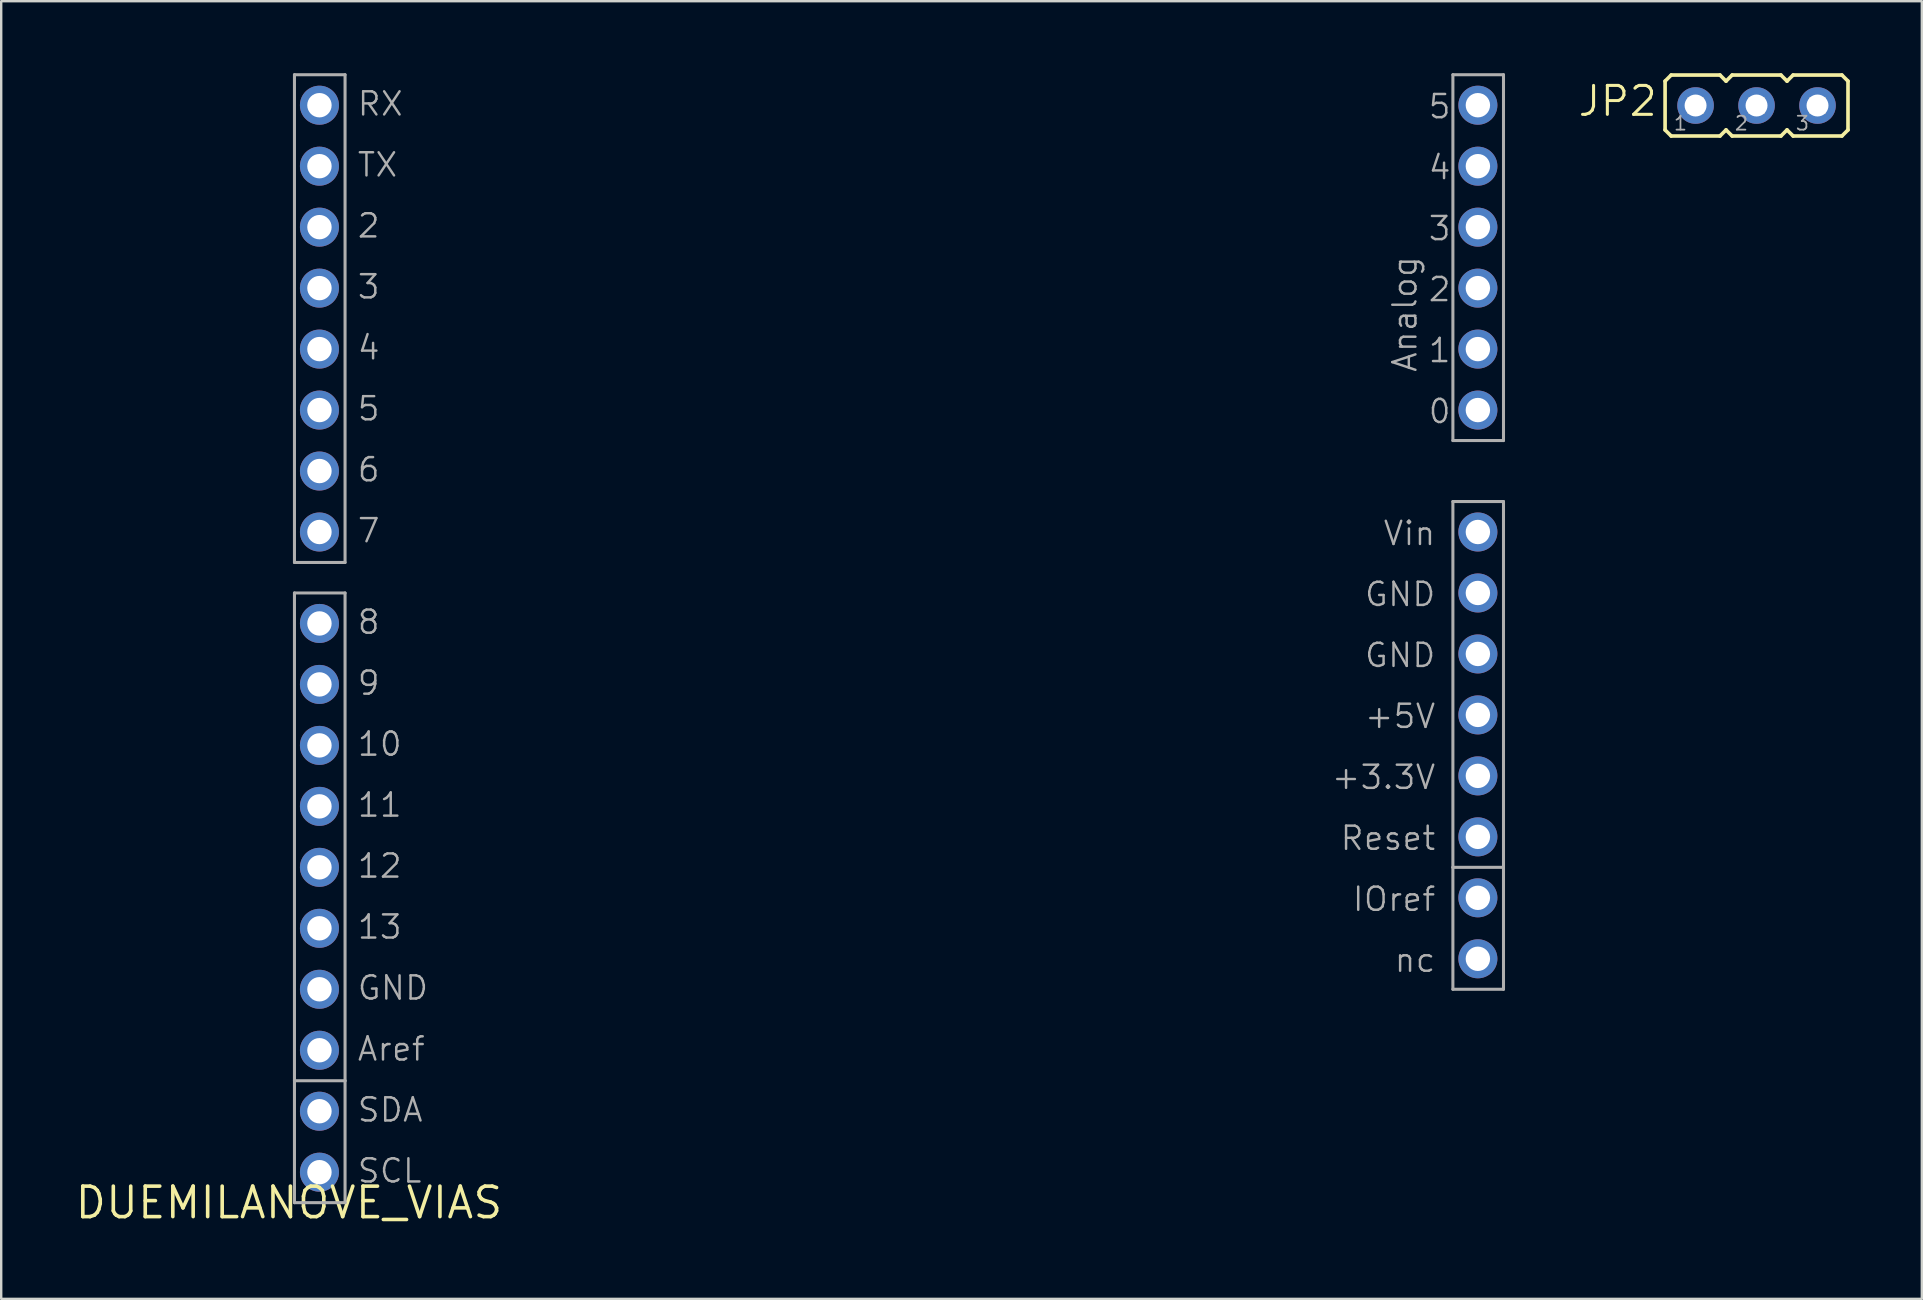
<source format=kicad_pcb>
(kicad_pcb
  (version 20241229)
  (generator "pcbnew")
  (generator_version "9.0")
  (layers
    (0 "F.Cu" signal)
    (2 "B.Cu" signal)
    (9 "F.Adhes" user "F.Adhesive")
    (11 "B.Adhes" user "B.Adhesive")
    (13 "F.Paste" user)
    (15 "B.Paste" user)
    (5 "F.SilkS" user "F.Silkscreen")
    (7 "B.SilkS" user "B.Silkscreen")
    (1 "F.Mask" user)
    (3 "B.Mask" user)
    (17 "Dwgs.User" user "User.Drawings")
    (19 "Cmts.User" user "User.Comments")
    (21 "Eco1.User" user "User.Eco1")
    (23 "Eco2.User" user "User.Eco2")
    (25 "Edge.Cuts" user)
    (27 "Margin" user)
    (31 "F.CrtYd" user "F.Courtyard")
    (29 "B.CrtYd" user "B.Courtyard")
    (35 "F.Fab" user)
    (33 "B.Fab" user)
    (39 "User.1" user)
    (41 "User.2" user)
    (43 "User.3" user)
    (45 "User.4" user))
  (footprint "JP2"
    (layer "F.Cu")
    (at 70.127 1.346)
    (property "Reference" "JP2" (at -4.064 -0.889 0) (layer "F.SilkS") (effects (font (size 1.206 1.206) (thickness 0.127)) (justify right top)))
    (attr through_hole)
    (fp_line (start -3.81 -1.016) (end -3.556 -1.27) (stroke (width 0.152) (type solid)) (layer "F.SilkS"))
    (fp_line (start -3.81 1.016) (end -3.81 -1.016) (stroke (width 0.152) (type solid)) (layer "F.SilkS"))
    (fp_line (start -3.81 1.016) (end -3.556 1.27) (stroke (width 0.152) (type solid)) (layer "F.SilkS"))
    (fp_line (start -1.524 -1.27) (end -3.556 -1.27) (stroke (width 0.152) (type solid)) (layer "F.SilkS"))
    (fp_line (start -1.524 -1.27) (end -1.27 -1.016) (stroke (width 0.152) (type solid)) (layer "F.SilkS"))
    (fp_line (start -1.524 1.27) (end -3.556 1.27) (stroke (width 0.152) (type solid)) (layer "F.SilkS"))
    (fp_line (start -1.524 1.27) (end -1.27 1.016) (stroke (width 0.152) (type solid)) (layer "F.SilkS"))
    (fp_line (start -1.27 -1.016) (end -1.016 -1.27) (stroke (width 0.152) (type solid)) (layer "F.SilkS"))
    (fp_line (start -1.27 1.016) (end -1.016 1.27) (stroke (width 0.152) (type solid)) (layer "F.SilkS"))
    (fp_line (start 1.016 -1.27) (end -1.016 -1.27) (stroke (width 0.152) (type solid)) (layer "F.SilkS"))
    (fp_line (start 1.016 -1.27) (end 1.27 -1.016) (stroke (width 0.152) (type solid)) (layer "F.SilkS"))
    (fp_line (start 1.016 1.27) (end -1.016 1.27) (stroke (width 0.152) (type solid)) (layer "F.SilkS"))
    (fp_line (start 1.016 1.27) (end 1.27 1.016) (stroke (width 0.152) (type solid)) (layer "F.SilkS"))
    (fp_line (start 1.27 -1.016) (end 1.524 -1.27) (stroke (width 0.152) (type solid)) (layer "F.SilkS"))
    (fp_line (start 1.27 1.016) (end 1.524 1.27) (stroke (width 0.152) (type solid)) (layer "F.SilkS"))
    (fp_line (start 3.556 -1.27) (end 1.524 -1.27) (stroke (width 0.152) (type solid)) (layer "F.SilkS"))
    (fp_line (start 3.556 -1.27) (end 3.81 -1.016) (stroke (width 0.152) (type solid)) (layer "F.SilkS"))
    (fp_line (start 3.556 1.27) (end 1.524 1.27) (stroke (width 0.152) (type solid)) (layer "F.SilkS"))
    (fp_line (start 3.556 1.27) (end 3.81 1.016) (stroke (width 0.152) (type solid)) (layer "F.SilkS"))
    (fp_line (start 3.81 -1.016) (end 3.81 1.016) (stroke (width 0.152) (type solid)) (layer "F.SilkS"))
    (fp_poly (pts (xy -2.845 0.305) (xy -2.235 0.305) (xy -2.235 -0.305) (xy -2.845 -0.305)) (stroke (width 0.1) (type solid)) (fill no) (layer "F.Fab"))
    (fp_poly (pts (xy -0.305 0.305) (xy 0.305 0.305) (xy 0.305 -0.305) (xy -0.305 -0.305)) (stroke (width 0.1) (type solid)) (fill no) (layer "F.Fab"))
    (fp_poly (pts (xy 2.235 0.305) (xy 2.845 0.305) (xy 2.845 -0.305) (xy 2.235 -0.305)) (stroke (width 0.1) (type solid)) (fill no) (layer "F.Fab"))
    (fp_text user "3" (at 1.587 1.079 0) (layer "F.Fab") (effects (font (size 0.579 0.579) (thickness 0.073)) (justify left bottom)))
    (fp_text user "1" (at -3.493 1.079 0) (layer "F.Fab") (effects (font (size 0.579 0.579) (thickness 0.073)) (justify left bottom)))
    (fp_text user "2" (at -0.953 1.079 0) (layer "F.Fab") (effects (font (size 0.579 0.579) (thickness 0.073)) (justify left bottom)))
    (pad "1" thru_hole circle (at -2.54 0 90) (size 1.524 1.524) (drill 0.914) (layers "*.Cu" "*.Mask"))
    (pad "2" thru_hole circle (at 0 0 90) (size 1.524 1.524) (drill 0.914) (layers "*.Cu" "*.Mask"))
    (pad "3" thru_hole circle (at 2.54 0 90) (size 1.524 1.524) (drill 0.914) (layers "*.Cu" "*.Mask")))
  (footprint "DUEMILANOVE_VIAS"
    (layer "F.Cu")
    (at 8.988 47.053)
    (property "Reference" "DUEMILANOVE_VIAS" (at 0 0 0) (layer "F.SilkS") (effects (font (size 1.27 1.27) (thickness 0.15))))
    (attr through_hole)
    (fp_line (start 0.229 -46.99) (end 2.337 -46.99) (stroke (width 0.127) (type solid)) (layer "F.Fab"))
    (fp_line (start 0.229 -26.67) (end 0.229 -46.99) (stroke (width 0.127) (type solid)) (layer "F.Fab"))
    (fp_line (start 0.229 -25.4) (end 2.337 -25.4) (stroke (width 0.127) (type solid)) (layer "F.Fab"))
    (fp_line (start 0.229 -5.08) (end 0.229 -25.4) (stroke (width 0.127) (type solid)) (layer "F.Fab"))
    (fp_line (start 0.229 0) (end 0.229 -5.08) (stroke (width 0.127) (type solid)) (layer "F.Fab"))
    (fp_line (start 2.337 -46.99) (end 2.337 -26.67) (stroke (width 0.127) (type solid)) (layer "F.Fab"))
    (fp_line (start 2.337 -26.67) (end 0.229 -26.67) (stroke (width 0.127) (type solid)) (layer "F.Fab"))
    (fp_line (start 2.337 -25.4) (end 2.337 -5.08) (stroke (width 0.127) (type solid)) (layer "F.Fab"))
    (fp_line (start 2.337 -5.08) (end 0.229 -5.08) (stroke (width 0.127) (type solid)) (layer "F.Fab"))
    (fp_line (start 2.337 -5.08) (end 2.337 0) (stroke (width 0.127) (type solid)) (layer "F.Fab"))
    (fp_line (start 2.337 0) (end 0.229 0) (stroke (width 0.127) (type solid)) (layer "F.Fab"))
    (fp_line (start 48.489 -46.99) (end 50.597 -46.99) (stroke (width 0.127) (type solid)) (layer "F.Fab"))
    (fp_line (start 48.489 -31.75) (end 48.489 -46.99) (stroke (width 0.127) (type solid)) (layer "F.Fab"))
    (fp_line (start 48.489 -29.21) (end 50.597 -29.21) (stroke (width 0.127) (type solid)) (layer "F.Fab"))
    (fp_line (start 48.489 -13.97) (end 48.489 -29.21) (stroke (width 0.127) (type solid)) (layer "F.Fab"))
    (fp_line (start 48.489 -8.89) (end 48.489 -13.97) (stroke (width 0.127) (type solid)) (layer "F.Fab"))
    (fp_line (start 50.597 -46.99) (end 50.597 -31.75) (stroke (width 0.127) (type solid)) (layer "F.Fab"))
    (fp_line (start 50.597 -31.75) (end 48.489 -31.75) (stroke (width 0.127) (type solid)) (layer "F.Fab"))
    (fp_line (start 50.597 -29.21) (end 50.597 -13.97) (stroke (width 0.127) (type solid)) (layer "F.Fab"))
    (fp_line (start 50.597 -13.97) (end 48.489 -13.97) (stroke (width 0.127) (type solid)) (layer "F.Fab"))
    (fp_line (start 50.597 -13.97) (end 50.597 -8.89) (stroke (width 0.127) (type solid)) (layer "F.Fab"))
    (fp_line (start 50.597 -8.89) (end 48.489 -8.89) (stroke (width 0.127) (type solid)) (layer "F.Fab"))
    (fp_text user "13" (at 2.794 -10.922 0) (layer "F.Fab") (effects (font (size 0.965 0.965) (thickness 0.102)) (justify left bottom)))
    (fp_text user "8" (at 2.794 -23.622 0) (layer "F.Fab") (effects (font (size 0.965 0.965) (thickness 0.102)) (justify left bottom)))
    (fp_text user "TX" (at 2.794 -42.672 0) (layer "F.Fab") (effects (font (size 0.965 0.965) (thickness 0.102)) (justify left bottom)))
    (fp_text user "Aref" (at 2.794 -5.842 0) (layer "F.Fab") (effects (font (size 0.965 0.965) (thickness 0.102)) (justify left bottom)))
    (fp_text user "7" (at 2.794 -27.432 0) (layer "F.Fab") (effects (font (size 0.965 0.965) (thickness 0.102)) (justify left bottom)))
    (fp_text user "+5V" (at 47.828 -20.828 0) (layer "F.Fab") (effects (font (size 0.965 0.965) (thickness 0.102)) (justify right top)))
    (fp_text user "+3.3V" (at 47.828 -18.288 0) (layer "F.Fab") (effects (font (size 0.965 0.965) (thickness 0.102)) (justify right top)))
    (fp_text user "4" (at 48.463 -43.688 0) (layer "F.Fab") (effects (font (size 0.965 0.965) (thickness 0.102)) (justify right top)))
    (fp_text user "5" (at 2.794 -32.512 0) (layer "F.Fab") (effects (font (size 0.965 0.965) (thickness 0.102)) (justify left bottom)))
    (fp_text user "SDA" (at 2.794 -3.302 0) (layer "F.Fab") (effects (font (size 0.965 0.965) (thickness 0.102)) (justify left bottom)))
    (fp_text user "GND" (at 47.828 -23.368 0) (layer "F.Fab") (effects (font (size 0.965 0.965) (thickness 0.102)) (justify right top)))
    (fp_text user "12" (at 2.794 -13.462 0) (layer "F.Fab") (effects (font (size 0.965 0.965) (thickness 0.102)) (justify left bottom)))
    (fp_text user "2" (at 2.794 -40.132 0) (layer "F.Fab") (effects (font (size 0.965 0.965) (thickness 0.102)) (justify left bottom)))
    (fp_text user "IOref" (at 47.828 -13.208 0) (layer "F.Fab") (effects (font (size 0.965 0.965) (thickness 0.102)) (justify right top)))
    (fp_text user "3" (at 2.794 -37.592 0) (layer "F.Fab") (effects (font (size 0.965 0.965) (thickness 0.102)) (justify left bottom)))
    (fp_text user "1" (at 48.463 -36.068 0) (layer "F.Fab") (effects (font (size 0.965 0.965) (thickness 0.102)) (justify right top)))
    (fp_text user "9" (at 2.794 -21.082 0) (layer "F.Fab") (effects (font (size 0.965 0.965) (thickness 0.102)) (justify left bottom)))
    (fp_text user "Analog" (at 45.923 -39.497 90) (layer "F.Fab") (effects (font (size 0.965 0.965) (thickness 0.102)) (justify right top)))
    (fp_text user "0" (at 48.463 -33.528 0) (layer "F.Fab") (effects (font (size 0.965 0.965) (thickness 0.102)) (justify right top)))
    (fp_text user "GND" (at 47.828 -25.908 0) (layer "F.Fab") (effects (font (size 0.965 0.965) (thickness 0.102)) (justify right top)))
    (fp_text user "10" (at 2.794 -18.542 0) (layer "F.Fab") (effects (font (size 0.965 0.965) (thickness 0.102)) (justify left bottom)))
    (fp_text user "nc" (at 47.828 -10.668 0) (layer "F.Fab") (effects (font (size 0.965 0.965) (thickness 0.102)) (justify right top)))
    (fp_text user "6" (at 2.794 -29.972 0) (layer "F.Fab") (effects (font (size 0.965 0.965) (thickness 0.102)) (justify left bottom)))
    (fp_text user "SCL" (at 2.794 -0.762 0) (layer "F.Fab") (effects (font (size 0.965 0.965) (thickness 0.102)) (justify left bottom)))
    (fp_text user "RX" (at 2.794 -45.212 0) (layer "F.Fab") (effects (font (size 0.965 0.965) (thickness 0.102)) (justify left bottom)))
    (fp_text user "2" (at 48.463 -38.608 0) (layer "F.Fab") (effects (font (size 0.965 0.965) (thickness 0.102)) (justify right top)))
    (fp_text user "Reset" (at 47.828 -15.748 0) (layer "F.Fab") (effects (font (size 0.965 0.965) (thickness 0.102)) (justify right top)))
    (fp_text user "5" (at 48.463 -46.228 0) (layer "F.Fab") (effects (font (size 0.965 0.965) (thickness 0.102)) (justify right top)))
    (fp_text user "4" (at 2.794 -35.052 0) (layer "F.Fab") (effects (font (size 0.965 0.965) (thickness 0.102)) (justify left bottom)))
    (fp_text user "GND" (at 2.794 -8.382 0) (layer "F.Fab") (effects (font (size 0.965 0.965) (thickness 0.102)) (justify left bottom)))
    (fp_text user "3" (at 48.463 -41.148 0) (layer "F.Fab") (effects (font (size 0.965 0.965) (thickness 0.102)) (justify right top)))
    (fp_text user "11" (at 2.794 -16.002 0) (layer "F.Fab") (effects (font (size 0.965 0.965) (thickness 0.102)) (justify left bottom)))
    (fp_text user "Vin" (at 47.828 -28.448 0) (layer "F.Fab") (effects (font (size 0.965 0.965) (thickness 0.102)) (justify right top)))
    (pad "3.3V" thru_hole circle (at 49.53 -17.78) (size 1.626 1.626) (drill 1.016) (layers "*.Cu" "*.Mask"))
    (pad "5V" thru_hole circle (at 49.53 -20.32) (size 1.626 1.626) (drill 1.016) (layers "*.Cu" "*.Mask"))
    (pad "A0" thru_hole circle (at 49.53 -33.02) (size 1.626 1.626) (drill 1.016) (layers "*.Cu" "*.Mask"))
    (pad "A1" thru_hole circle (at 49.53 -35.56) (size 1.626 1.626) (drill 1.016) (layers "*.Cu" "*.Mask"))
    (pad "A2" thru_hole circle (at 49.53 -38.1) (size 1.626 1.626) (drill 1.016) (layers "*.Cu" "*.Mask"))
    (pad "A3" thru_hole circle (at 49.53 -40.64) (size 1.626 1.626) (drill 1.016) (layers "*.Cu" "*.Mask"))
    (pad "A4" thru_hole circle (at 49.53 -43.18) (size 1.626 1.626) (drill 1.016) (layers "*.Cu" "*.Mask"))
    (pad "A5" thru_hole circle (at 49.53 -45.72) (size 1.626 1.626) (drill 1.016) (layers "*.Cu" "*.Mask"))
    (pad "AREF" thru_hole circle (at 1.27 -6.35) (size 1.626 1.626) (drill 1.016) (layers "*.Cu" "*.Mask"))
    (pad "D2" thru_hole circle (at 1.27 -40.64) (size 1.626 1.626) (drill 1.016) (layers "*.Cu" "*.Mask"))
    (pad "D3" thru_hole circle (at 1.27 -38.1) (size 1.626 1.626) (drill 1.016) (layers "*.Cu" "*.Mask"))
    (pad "D4" thru_hole circle (at 1.27 -35.56) (size 1.626 1.626) (drill 1.016) (layers "*.Cu" "*.Mask"))
    (pad "D5" thru_hole circle (at 1.27 -33.02) (size 1.626 1.626) (drill 1.016) (layers "*.Cu" "*.Mask"))
    (pad "D6" thru_hole circle (at 1.27 -30.48) (size 1.626 1.626) (drill 1.016) (layers "*.Cu" "*.Mask"))
    (pad "D7" thru_hole circle (at 1.27 -27.94) (size 1.626 1.626) (drill 1.016) (layers "*.Cu" "*.Mask"))
    (pad "D8" thru_hole circle (at 1.27 -24.13) (size 1.626 1.626) (drill 1.016) (layers "*.Cu" "*.Mask"))
    (pad "D9" thru_hole circle (at 1.27 -21.59) (size 1.626 1.626) (drill 1.016) (layers "*.Cu" "*.Mask"))
    (pad "D10" thru_hole circle (at 1.27 -19.05) (size 1.626 1.626) (drill 1.016) (layers "*.Cu" "*.Mask"))
    (pad "D11" thru_hole circle (at 1.27 -16.51) (size 1.626 1.626) (drill 1.016) (layers "*.Cu" "*.Mask"))
    (pad "D12" thru_hole circle (at 1.27 -13.97) (size 1.626 1.626) (drill 1.016) (layers "*.Cu" "*.Mask"))
    (pad "D13" thru_hole circle (at 1.27 -11.43) (size 1.626 1.626) (drill 1.016) (layers "*.Cu" "*.Mask"))
    (pad "GND@0" thru_hole circle (at 49.53 -22.86) (size 1.626 1.626) (drill 1.016) (layers "*.Cu" "*.Mask"))
    (pad "GND@1" thru_hole circle (at 49.53 -25.4) (size 1.626 1.626) (drill 1.016) (layers "*.Cu" "*.Mask"))
    (pad "GND@2" thru_hole circle (at 1.27 -8.89) (size 1.626 1.626) (drill 1.016) (layers "*.Cu" "*.Mask"))
    (pad "IOREF" thru_hole circle (at 49.53 -12.7) (size 1.626 1.626) (drill 1.016) (layers "*.Cu" "*.Mask"))
    (pad "NC1" thru_hole circle (at 49.53 -10.16) (size 1.626 1.626) (drill 1.016) (layers "*.Cu" "*.Mask"))
    (pad "RES" thru_hole circle (at 49.53 -15.24) (size 1.626 1.626) (drill 1.016) (layers "*.Cu" "*.Mask"))
    (pad "RX" thru_hole circle (at 1.27 -45.72) (size 1.626 1.626) (drill 1.016) (layers "*.Cu" "*.Mask"))
    (pad "SCL" thru_hole circle (at 1.27 -1.27) (size 1.626 1.626) (drill 1.016) (layers "*.Cu" "*.Mask"))
    (pad "SDA" thru_hole circle (at 1.27 -3.81) (size 1.626 1.626) (drill 1.016) (layers "*.Cu" "*.Mask"))
    (pad "TX" thru_hole circle (at 1.27 -43.18) (size 1.626 1.626) (drill 1.016) (layers "*.Cu" "*.Mask"))
    (pad "VIN" thru_hole circle (at 49.53 -27.94) (size 1.626 1.626) (drill 1.016) (layers "*.Cu" "*.Mask")))
  (gr_rect
    (start -3 -3)
    (end 77.013 51.06)
    (stroke (width 0.1) (type default))
    (fill no)
    (layer "Edge.Cuts")))
</source>
